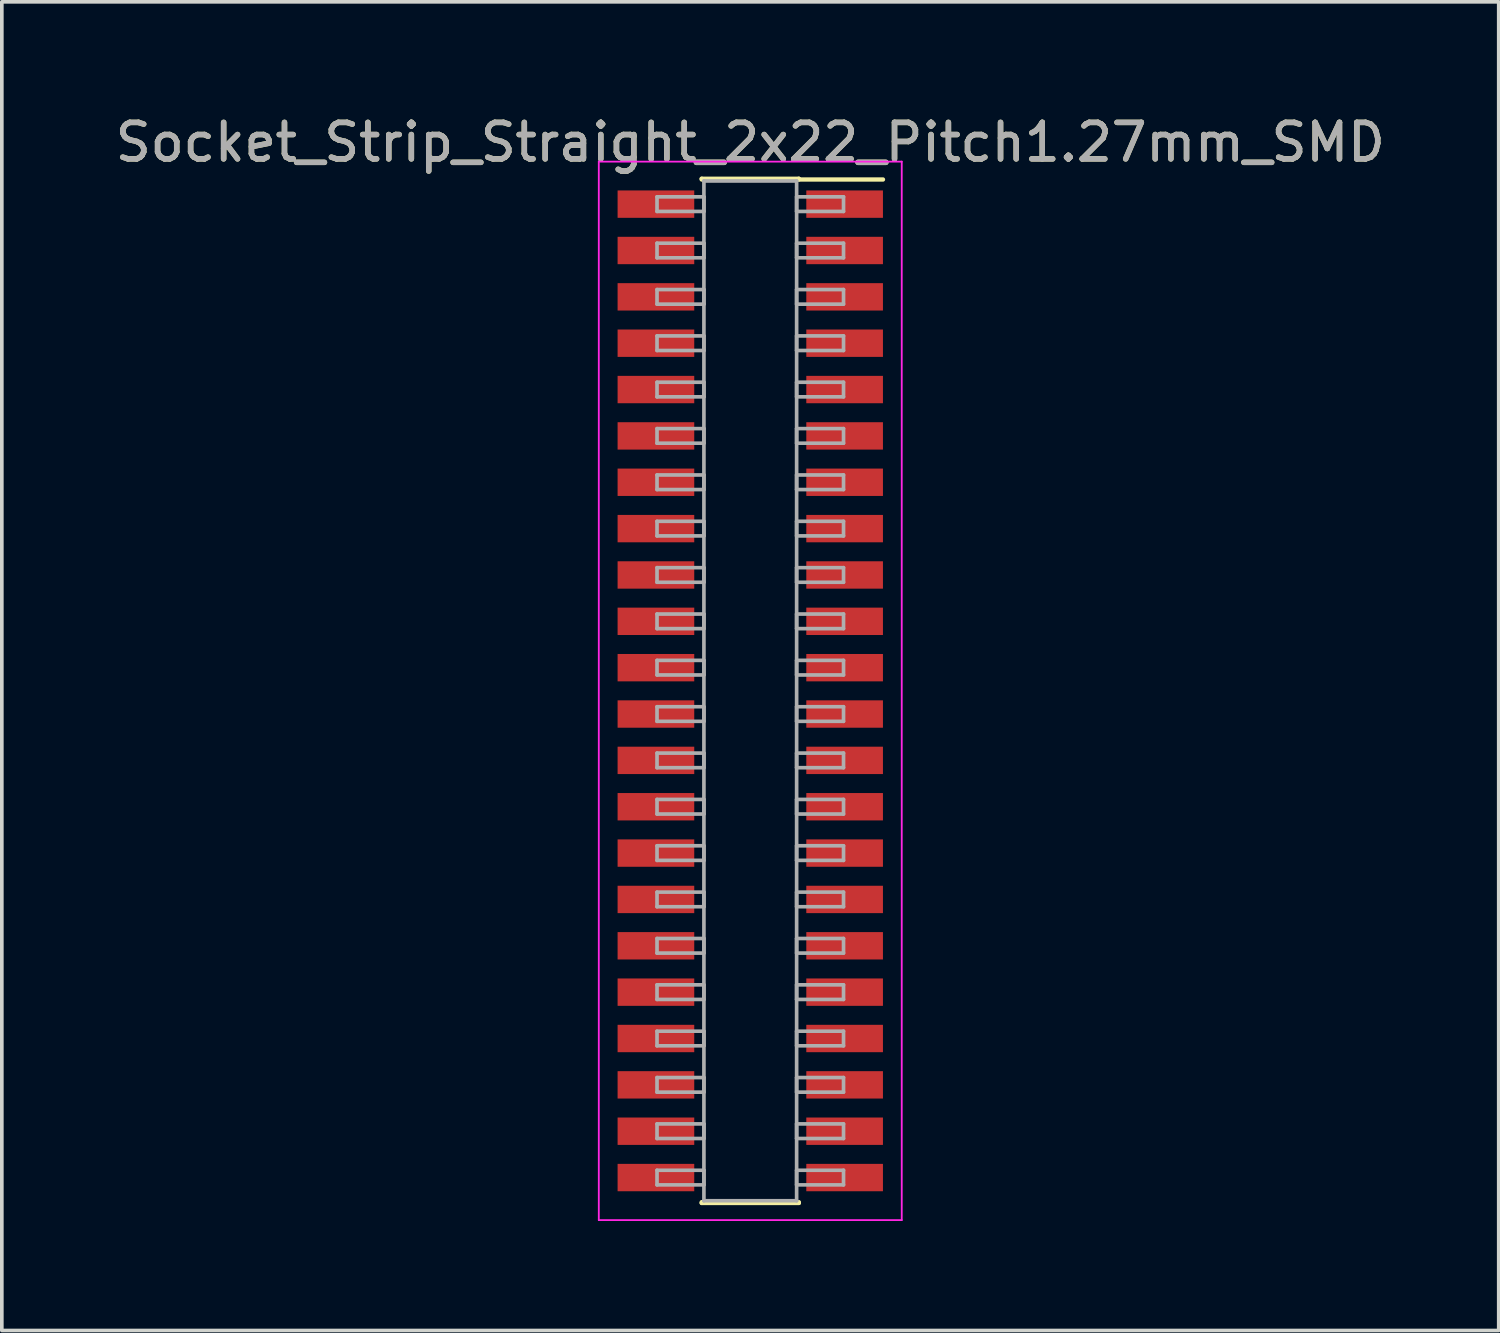
<source format=kicad_pcb>
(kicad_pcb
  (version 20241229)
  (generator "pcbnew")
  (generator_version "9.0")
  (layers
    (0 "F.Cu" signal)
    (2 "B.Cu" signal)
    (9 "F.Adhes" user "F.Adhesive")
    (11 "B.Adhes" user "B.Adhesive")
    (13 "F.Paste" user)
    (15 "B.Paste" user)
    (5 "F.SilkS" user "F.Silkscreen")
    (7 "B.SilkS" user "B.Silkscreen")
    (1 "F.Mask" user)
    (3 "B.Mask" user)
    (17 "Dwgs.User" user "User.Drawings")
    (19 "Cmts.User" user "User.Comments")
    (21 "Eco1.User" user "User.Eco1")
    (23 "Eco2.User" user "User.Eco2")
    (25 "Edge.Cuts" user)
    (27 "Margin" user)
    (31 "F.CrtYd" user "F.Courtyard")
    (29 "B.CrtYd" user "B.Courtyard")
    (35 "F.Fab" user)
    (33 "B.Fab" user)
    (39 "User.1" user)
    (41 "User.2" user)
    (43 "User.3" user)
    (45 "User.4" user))
  (footprint "Socket_Strip_Straight_2x22_Pitch1.27mm_SMD"
    (layer "F.Cu")
    (at 17.506 15.878)
    (property "Reference" "Socket_Strip_Straight_2x22_Pitch1.27mm_SMD" (at 0 -15.03 0) (layer "F.SilkS") (effects (font (size 1 1) (thickness 0.15))))
    (attr smd)
    (fp_line (start -1.33 -14.03) (end 1.33 -14.03) (stroke (width 0.12) (type solid)) (layer "F.SilkS"))
    (fp_line (start -1.33 -14.01) (end -1.33 -14.03) (stroke (width 0.12) (type solid)) (layer "F.SilkS"))
    (fp_line (start -1.33 14.01) (end -1.33 14.03) (stroke (width 0.12) (type solid)) (layer "F.SilkS"))
    (fp_line (start -1.33 14.03) (end 1.33 14.03) (stroke (width 0.12) (type solid)) (layer "F.SilkS"))
    (fp_line (start 1.33 -14.03) (end 1.33 -14.01) (stroke (width 0.12) (type solid)) (layer "F.SilkS"))
    (fp_line (start 1.33 14.03) (end 1.33 14.01) (stroke (width 0.12) (type solid)) (layer "F.SilkS"))
    (fp_line (start 3.635 -14.01) (end 1.33 -14.01) (stroke (width 0.12) (type solid)) (layer "F.SilkS"))
    (fp_line (start -4.15 -14.5) (end -4.15 14.5) (stroke (width 0.05) (type solid)) (layer "F.CrtYd"))
    (fp_line (start -4.15 14.5) (end 4.15 14.5) (stroke (width 0.05) (type solid)) (layer "F.CrtYd"))
    (fp_line (start 4.15 -14.5) (end -4.15 -14.5) (stroke (width 0.05) (type solid)) (layer "F.CrtYd"))
    (fp_line (start 4.15 14.5) (end 4.15 -14.5) (stroke (width 0.05) (type solid)) (layer "F.CrtYd"))
    (fp_line (start -2.555 -13.535) (end -1.27 -13.535) (stroke (width 0.1) (type solid)) (layer "F.Fab"))
    (fp_line (start -2.555 -13.135) (end -2.555 -13.535) (stroke (width 0.1) (type solid)) (layer "F.Fab"))
    (fp_line (start -2.555 -12.265) (end -1.27 -12.265) (stroke (width 0.1) (type solid)) (layer "F.Fab"))
    (fp_line (start -2.555 -11.865) (end -2.555 -12.265) (stroke (width 0.1) (type solid)) (layer "F.Fab"))
    (fp_line (start -2.555 -10.995) (end -1.27 -10.995) (stroke (width 0.1) (type solid)) (layer "F.Fab"))
    (fp_line (start -2.555 -10.595) (end -2.555 -10.995) (stroke (width 0.1) (type solid)) (layer "F.Fab"))
    (fp_line (start -2.555 -9.725) (end -1.27 -9.725) (stroke (width 0.1) (type solid)) (layer "F.Fab"))
    (fp_line (start -2.555 -9.325) (end -2.555 -9.725) (stroke (width 0.1) (type solid)) (layer "F.Fab"))
    (fp_line (start -2.555 -8.455) (end -1.27 -8.455) (stroke (width 0.1) (type solid)) (layer "F.Fab"))
    (fp_line (start -2.555 -8.055) (end -2.555 -8.455) (stroke (width 0.1) (type solid)) (layer "F.Fab"))
    (fp_line (start -2.555 -7.185) (end -1.27 -7.185) (stroke (width 0.1) (type solid)) (layer "F.Fab"))
    (fp_line (start -2.555 -6.785) (end -2.555 -7.185) (stroke (width 0.1) (type solid)) (layer "F.Fab"))
    (fp_line (start -2.555 -5.915) (end -1.27 -5.915) (stroke (width 0.1) (type solid)) (layer "F.Fab"))
    (fp_line (start -2.555 -5.515) (end -2.555 -5.915) (stroke (width 0.1) (type solid)) (layer "F.Fab"))
    (fp_line (start -2.555 -4.645) (end -1.27 -4.645) (stroke (width 0.1) (type solid)) (layer "F.Fab"))
    (fp_line (start -2.555 -4.245) (end -2.555 -4.645) (stroke (width 0.1) (type solid)) (layer "F.Fab"))
    (fp_line (start -2.555 -3.375) (end -1.27 -3.375) (stroke (width 0.1) (type solid)) (layer "F.Fab"))
    (fp_line (start -2.555 -2.975) (end -2.555 -3.375) (stroke (width 0.1) (type solid)) (layer "F.Fab"))
    (fp_line (start -2.555 -2.105) (end -1.27 -2.105) (stroke (width 0.1) (type solid)) (layer "F.Fab"))
    (fp_line (start -2.555 -1.705) (end -2.555 -2.105) (stroke (width 0.1) (type solid)) (layer "F.Fab"))
    (fp_line (start -2.555 -0.835) (end -1.27 -0.835) (stroke (width 0.1) (type solid)) (layer "F.Fab"))
    (fp_line (start -2.555 -0.435) (end -2.555 -0.835) (stroke (width 0.1) (type solid)) (layer "F.Fab"))
    (fp_line (start -2.555 0.435) (end -1.27 0.435) (stroke (width 0.1) (type solid)) (layer "F.Fab"))
    (fp_line (start -2.555 0.835) (end -2.555 0.435) (stroke (width 0.1) (type solid)) (layer "F.Fab"))
    (fp_line (start -2.555 1.705) (end -1.27 1.705) (stroke (width 0.1) (type solid)) (layer "F.Fab"))
    (fp_line (start -2.555 2.105) (end -2.555 1.705) (stroke (width 0.1) (type solid)) (layer "F.Fab"))
    (fp_line (start -2.555 2.975) (end -1.27 2.975) (stroke (width 0.1) (type solid)) (layer "F.Fab"))
    (fp_line (start -2.555 3.375) (end -2.555 2.975) (stroke (width 0.1) (type solid)) (layer "F.Fab"))
    (fp_line (start -2.555 4.245) (end -1.27 4.245) (stroke (width 0.1) (type solid)) (layer "F.Fab"))
    (fp_line (start -2.555 4.645) (end -2.555 4.245) (stroke (width 0.1) (type solid)) (layer "F.Fab"))
    (fp_line (start -2.555 5.515) (end -1.27 5.515) (stroke (width 0.1) (type solid)) (layer "F.Fab"))
    (fp_line (start -2.555 5.915) (end -2.555 5.515) (stroke (width 0.1) (type solid)) (layer "F.Fab"))
    (fp_line (start -2.555 6.785) (end -1.27 6.785) (stroke (width 0.1) (type solid)) (layer "F.Fab"))
    (fp_line (start -2.555 7.185) (end -2.555 6.785) (stroke (width 0.1) (type solid)) (layer "F.Fab"))
    (fp_line (start -2.555 8.055) (end -1.27 8.055) (stroke (width 0.1) (type solid)) (layer "F.Fab"))
    (fp_line (start -2.555 8.455) (end -2.555 8.055) (stroke (width 0.1) (type solid)) (layer "F.Fab"))
    (fp_line (start -2.555 9.325) (end -1.27 9.325) (stroke (width 0.1) (type solid)) (layer "F.Fab"))
    (fp_line (start -2.555 9.725) (end -2.555 9.325) (stroke (width 0.1) (type solid)) (layer "F.Fab"))
    (fp_line (start -2.555 10.595) (end -1.27 10.595) (stroke (width 0.1) (type solid)) (layer "F.Fab"))
    (fp_line (start -2.555 10.995) (end -2.555 10.595) (stroke (width 0.1) (type solid)) (layer "F.Fab"))
    (fp_line (start -2.555 11.865) (end -1.27 11.865) (stroke (width 0.1) (type solid)) (layer "F.Fab"))
    (fp_line (start -2.555 12.265) (end -2.555 11.865) (stroke (width 0.1) (type solid)) (layer "F.Fab"))
    (fp_line (start -2.555 13.135) (end -1.27 13.135) (stroke (width 0.1) (type solid)) (layer "F.Fab"))
    (fp_line (start -2.555 13.535) (end -2.555 13.135) (stroke (width 0.1) (type solid)) (layer "F.Fab"))
    (fp_line (start -1.27 -13.97) (end -1.27 13.97) (stroke (width 0.1) (type solid)) (layer "F.Fab"))
    (fp_line (start -1.27 -13.535) (end -1.27 -13.135) (stroke (width 0.1) (type solid)) (layer "F.Fab"))
    (fp_line (start -1.27 -13.135) (end -2.555 -13.135) (stroke (width 0.1) (type solid)) (layer "F.Fab"))
    (fp_line (start -1.27 -12.265) (end -1.27 -11.865) (stroke (width 0.1) (type solid)) (layer "F.Fab"))
    (fp_line (start -1.27 -11.865) (end -2.555 -11.865) (stroke (width 0.1) (type solid)) (layer "F.Fab"))
    (fp_line (start -1.27 -10.995) (end -1.27 -10.595) (stroke (width 0.1) (type solid)) (layer "F.Fab"))
    (fp_line (start -1.27 -10.595) (end -2.555 -10.595) (stroke (width 0.1) (type solid)) (layer "F.Fab"))
    (fp_line (start -1.27 -9.725) (end -1.27 -9.325) (stroke (width 0.1) (type solid)) (layer "F.Fab"))
    (fp_line (start -1.27 -9.325) (end -2.555 -9.325) (stroke (width 0.1) (type solid)) (layer "F.Fab"))
    (fp_line (start -1.27 -8.455) (end -1.27 -8.055) (stroke (width 0.1) (type solid)) (layer "F.Fab"))
    (fp_line (start -1.27 -8.055) (end -2.555 -8.055) (stroke (width 0.1) (type solid)) (layer "F.Fab"))
    (fp_line (start -1.27 -7.185) (end -1.27 -6.785) (stroke (width 0.1) (type solid)) (layer "F.Fab"))
    (fp_line (start -1.27 -6.785) (end -2.555 -6.785) (stroke (width 0.1) (type solid)) (layer "F.Fab"))
    (fp_line (start -1.27 -5.915) (end -1.27 -5.515) (stroke (width 0.1) (type solid)) (layer "F.Fab"))
    (fp_line (start -1.27 -5.515) (end -2.555 -5.515) (stroke (width 0.1) (type solid)) (layer "F.Fab"))
    (fp_line (start -1.27 -4.645) (end -1.27 -4.245) (stroke (width 0.1) (type solid)) (layer "F.Fab"))
    (fp_line (start -1.27 -4.245) (end -2.555 -4.245) (stroke (width 0.1) (type solid)) (layer "F.Fab"))
    (fp_line (start -1.27 -3.375) (end -1.27 -2.975) (stroke (width 0.1) (type solid)) (layer "F.Fab"))
    (fp_line (start -1.27 -2.975) (end -2.555 -2.975) (stroke (width 0.1) (type solid)) (layer "F.Fab"))
    (fp_line (start -1.27 -2.105) (end -1.27 -1.705) (stroke (width 0.1) (type solid)) (layer "F.Fab"))
    (fp_line (start -1.27 -1.705) (end -2.555 -1.705) (stroke (width 0.1) (type solid)) (layer "F.Fab"))
    (fp_line (start -1.27 -0.835) (end -1.27 -0.435) (stroke (width 0.1) (type solid)) (layer "F.Fab"))
    (fp_line (start -1.27 -0.435) (end -2.555 -0.435) (stroke (width 0.1) (type solid)) (layer "F.Fab"))
    (fp_line (start -1.27 0.435) (end -1.27 0.835) (stroke (width 0.1) (type solid)) (layer "F.Fab"))
    (fp_line (start -1.27 0.835) (end -2.555 0.835) (stroke (width 0.1) (type solid)) (layer "F.Fab"))
    (fp_line (start -1.27 1.705) (end -1.27 2.105) (stroke (width 0.1) (type solid)) (layer "F.Fab"))
    (fp_line (start -1.27 2.105) (end -2.555 2.105) (stroke (width 0.1) (type solid)) (layer "F.Fab"))
    (fp_line (start -1.27 2.975) (end -1.27 3.375) (stroke (width 0.1) (type solid)) (layer "F.Fab"))
    (fp_line (start -1.27 3.375) (end -2.555 3.375) (stroke (width 0.1) (type solid)) (layer "F.Fab"))
    (fp_line (start -1.27 4.245) (end -1.27 4.645) (stroke (width 0.1) (type solid)) (layer "F.Fab"))
    (fp_line (start -1.27 4.645) (end -2.555 4.645) (stroke (width 0.1) (type solid)) (layer "F.Fab"))
    (fp_line (start -1.27 5.515) (end -1.27 5.915) (stroke (width 0.1) (type solid)) (layer "F.Fab"))
    (fp_line (start -1.27 5.915) (end -2.555 5.915) (stroke (width 0.1) (type solid)) (layer "F.Fab"))
    (fp_line (start -1.27 6.785) (end -1.27 7.185) (stroke (width 0.1) (type solid)) (layer "F.Fab"))
    (fp_line (start -1.27 7.185) (end -2.555 7.185) (stroke (width 0.1) (type solid)) (layer "F.Fab"))
    (fp_line (start -1.27 8.055) (end -1.27 8.455) (stroke (width 0.1) (type solid)) (layer "F.Fab"))
    (fp_line (start -1.27 8.455) (end -2.555 8.455) (stroke (width 0.1) (type solid)) (layer "F.Fab"))
    (fp_line (start -1.27 9.325) (end -1.27 9.725) (stroke (width 0.1) (type solid)) (layer "F.Fab"))
    (fp_line (start -1.27 9.725) (end -2.555 9.725) (stroke (width 0.1) (type solid)) (layer "F.Fab"))
    (fp_line (start -1.27 10.595) (end -1.27 10.995) (stroke (width 0.1) (type solid)) (layer "F.Fab"))
    (fp_line (start -1.27 10.995) (end -2.555 10.995) (stroke (width 0.1) (type solid)) (layer "F.Fab"))
    (fp_line (start -1.27 11.865) (end -1.27 12.265) (stroke (width 0.1) (type solid)) (layer "F.Fab"))
    (fp_line (start -1.27 12.265) (end -2.555 12.265) (stroke (width 0.1) (type solid)) (layer "F.Fab"))
    (fp_line (start -1.27 13.135) (end -1.27 13.535) (stroke (width 0.1) (type solid)) (layer "F.Fab"))
    (fp_line (start -1.27 13.535) (end -2.555 13.535) (stroke (width 0.1) (type solid)) (layer "F.Fab"))
    (fp_line (start -1.27 13.97) (end 1.27 13.97) (stroke (width 0.1) (type solid)) (layer "F.Fab"))
    (fp_line (start 1.27 -13.97) (end -1.27 -13.97) (stroke (width 0.1) (type solid)) (layer "F.Fab"))
    (fp_line (start 1.27 -13.535) (end 1.27 -13.135) (stroke (width 0.1) (type solid)) (layer "F.Fab"))
    (fp_line (start 1.27 -13.135) (end 2.555 -13.135) (stroke (width 0.1) (type solid)) (layer "F.Fab"))
    (fp_line (start 1.27 -12.265) (end 1.27 -11.865) (stroke (width 0.1) (type solid)) (layer "F.Fab"))
    (fp_line (start 1.27 -11.865) (end 2.555 -11.865) (stroke (width 0.1) (type solid)) (layer "F.Fab"))
    (fp_line (start 1.27 -10.995) (end 1.27 -10.595) (stroke (width 0.1) (type solid)) (layer "F.Fab"))
    (fp_line (start 1.27 -10.595) (end 2.555 -10.595) (stroke (width 0.1) (type solid)) (layer "F.Fab"))
    (fp_line (start 1.27 -9.725) (end 1.27 -9.325) (stroke (width 0.1) (type solid)) (layer "F.Fab"))
    (fp_line (start 1.27 -9.325) (end 2.555 -9.325) (stroke (width 0.1) (type solid)) (layer "F.Fab"))
    (fp_line (start 1.27 -8.455) (end 1.27 -8.055) (stroke (width 0.1) (type solid)) (layer "F.Fab"))
    (fp_line (start 1.27 -8.055) (end 2.555 -8.055) (stroke (width 0.1) (type solid)) (layer "F.Fab"))
    (fp_line (start 1.27 -7.185) (end 1.27 -6.785) (stroke (width 0.1) (type solid)) (layer "F.Fab"))
    (fp_line (start 1.27 -6.785) (end 2.555 -6.785) (stroke (width 0.1) (type solid)) (layer "F.Fab"))
    (fp_line (start 1.27 -5.915) (end 1.27 -5.515) (stroke (width 0.1) (type solid)) (layer "F.Fab"))
    (fp_line (start 1.27 -5.515) (end 2.555 -5.515) (stroke (width 0.1) (type solid)) (layer "F.Fab"))
    (fp_line (start 1.27 -4.645) (end 1.27 -4.245) (stroke (width 0.1) (type solid)) (layer "F.Fab"))
    (fp_line (start 1.27 -4.245) (end 2.555 -4.245) (stroke (width 0.1) (type solid)) (layer "F.Fab"))
    (fp_line (start 1.27 -3.375) (end 1.27 -2.975) (stroke (width 0.1) (type solid)) (layer "F.Fab"))
    (fp_line (start 1.27 -2.975) (end 2.555 -2.975) (stroke (width 0.1) (type solid)) (layer "F.Fab"))
    (fp_line (start 1.27 -2.105) (end 1.27 -1.705) (stroke (width 0.1) (type solid)) (layer "F.Fab"))
    (fp_line (start 1.27 -1.705) (end 2.555 -1.705) (stroke (width 0.1) (type solid)) (layer "F.Fab"))
    (fp_line (start 1.27 -0.835) (end 1.27 -0.435) (stroke (width 0.1) (type solid)) (layer "F.Fab"))
    (fp_line (start 1.27 -0.435) (end 2.555 -0.435) (stroke (width 0.1) (type solid)) (layer "F.Fab"))
    (fp_line (start 1.27 0.435) (end 1.27 0.835) (stroke (width 0.1) (type solid)) (layer "F.Fab"))
    (fp_line (start 1.27 0.835) (end 2.555 0.835) (stroke (width 0.1) (type solid)) (layer "F.Fab"))
    (fp_line (start 1.27 1.705) (end 1.27 2.105) (stroke (width 0.1) (type solid)) (layer "F.Fab"))
    (fp_line (start 1.27 2.105) (end 2.555 2.105) (stroke (width 0.1) (type solid)) (layer "F.Fab"))
    (fp_line (start 1.27 2.975) (end 1.27 3.375) (stroke (width 0.1) (type solid)) (layer "F.Fab"))
    (fp_line (start 1.27 3.375) (end 2.555 3.375) (stroke (width 0.1) (type solid)) (layer "F.Fab"))
    (fp_line (start 1.27 4.245) (end 1.27 4.645) (stroke (width 0.1) (type solid)) (layer "F.Fab"))
    (fp_line (start 1.27 4.645) (end 2.555 4.645) (stroke (width 0.1) (type solid)) (layer "F.Fab"))
    (fp_line (start 1.27 5.515) (end 1.27 5.915) (stroke (width 0.1) (type solid)) (layer "F.Fab"))
    (fp_line (start 1.27 5.915) (end 2.555 5.915) (stroke (width 0.1) (type solid)) (layer "F.Fab"))
    (fp_line (start 1.27 6.785) (end 1.27 7.185) (stroke (width 0.1) (type solid)) (layer "F.Fab"))
    (fp_line (start 1.27 7.185) (end 2.555 7.185) (stroke (width 0.1) (type solid)) (layer "F.Fab"))
    (fp_line (start 1.27 8.055) (end 1.27 8.455) (stroke (width 0.1) (type solid)) (layer "F.Fab"))
    (fp_line (start 1.27 8.455) (end 2.555 8.455) (stroke (width 0.1) (type solid)) (layer "F.Fab"))
    (fp_line (start 1.27 9.325) (end 1.27 9.725) (stroke (width 0.1) (type solid)) (layer "F.Fab"))
    (fp_line (start 1.27 9.725) (end 2.555 9.725) (stroke (width 0.1) (type solid)) (layer "F.Fab"))
    (fp_line (start 1.27 10.595) (end 1.27 10.995) (stroke (width 0.1) (type solid)) (layer "F.Fab"))
    (fp_line (start 1.27 10.995) (end 2.555 10.995) (stroke (width 0.1) (type solid)) (layer "F.Fab"))
    (fp_line (start 1.27 11.865) (end 1.27 12.265) (stroke (width 0.1) (type solid)) (layer "F.Fab"))
    (fp_line (start 1.27 12.265) (end 2.555 12.265) (stroke (width 0.1) (type solid)) (layer "F.Fab"))
    (fp_line (start 1.27 13.135) (end 1.27 13.535) (stroke (width 0.1) (type solid)) (layer "F.Fab"))
    (fp_line (start 1.27 13.535) (end 2.555 13.535) (stroke (width 0.1) (type solid)) (layer "F.Fab"))
    (fp_line (start 1.27 13.97) (end 1.27 -13.97) (stroke (width 0.1) (type solid)) (layer "F.Fab"))
    (fp_line (start 2.555 -13.535) (end 1.27 -13.535) (stroke (width 0.1) (type solid)) (layer "F.Fab"))
    (fp_line (start 2.555 -13.135) (end 2.555 -13.535) (stroke (width 0.1) (type solid)) (layer "F.Fab"))
    (fp_line (start 2.555 -12.265) (end 1.27 -12.265) (stroke (width 0.1) (type solid)) (layer "F.Fab"))
    (fp_line (start 2.555 -11.865) (end 2.555 -12.265) (stroke (width 0.1) (type solid)) (layer "F.Fab"))
    (fp_line (start 2.555 -10.995) (end 1.27 -10.995) (stroke (width 0.1) (type solid)) (layer "F.Fab"))
    (fp_line (start 2.555 -10.595) (end 2.555 -10.995) (stroke (width 0.1) (type solid)) (layer "F.Fab"))
    (fp_line (start 2.555 -9.725) (end 1.27 -9.725) (stroke (width 0.1) (type solid)) (layer "F.Fab"))
    (fp_line (start 2.555 -9.325) (end 2.555 -9.725) (stroke (width 0.1) (type solid)) (layer "F.Fab"))
    (fp_line (start 2.555 -8.455) (end 1.27 -8.455) (stroke (width 0.1) (type solid)) (layer "F.Fab"))
    (fp_line (start 2.555 -8.055) (end 2.555 -8.455) (stroke (width 0.1) (type solid)) (layer "F.Fab"))
    (fp_line (start 2.555 -7.185) (end 1.27 -7.185) (stroke (width 0.1) (type solid)) (layer "F.Fab"))
    (fp_line (start 2.555 -6.785) (end 2.555 -7.185) (stroke (width 0.1) (type solid)) (layer "F.Fab"))
    (fp_line (start 2.555 -5.915) (end 1.27 -5.915) (stroke (width 0.1) (type solid)) (layer "F.Fab"))
    (fp_line (start 2.555 -5.515) (end 2.555 -5.915) (stroke (width 0.1) (type solid)) (layer "F.Fab"))
    (fp_line (start 2.555 -4.645) (end 1.27 -4.645) (stroke (width 0.1) (type solid)) (layer "F.Fab"))
    (fp_line (start 2.555 -4.245) (end 2.555 -4.645) (stroke (width 0.1) (type solid)) (layer "F.Fab"))
    (fp_line (start 2.555 -3.375) (end 1.27 -3.375) (stroke (width 0.1) (type solid)) (layer "F.Fab"))
    (fp_line (start 2.555 -2.975) (end 2.555 -3.375) (stroke (width 0.1) (type solid)) (layer "F.Fab"))
    (fp_line (start 2.555 -2.105) (end 1.27 -2.105) (stroke (width 0.1) (type solid)) (layer "F.Fab"))
    (fp_line (start 2.555 -1.705) (end 2.555 -2.105) (stroke (width 0.1) (type solid)) (layer "F.Fab"))
    (fp_line (start 2.555 -0.835) (end 1.27 -0.835) (stroke (width 0.1) (type solid)) (layer "F.Fab"))
    (fp_line (start 2.555 -0.435) (end 2.555 -0.835) (stroke (width 0.1) (type solid)) (layer "F.Fab"))
    (fp_line (start 2.555 0.435) (end 1.27 0.435) (stroke (width 0.1) (type solid)) (layer "F.Fab"))
    (fp_line (start 2.555 0.835) (end 2.555 0.435) (stroke (width 0.1) (type solid)) (layer "F.Fab"))
    (fp_line (start 2.555 1.705) (end 1.27 1.705) (stroke (width 0.1) (type solid)) (layer "F.Fab"))
    (fp_line (start 2.555 2.105) (end 2.555 1.705) (stroke (width 0.1) (type solid)) (layer "F.Fab"))
    (fp_line (start 2.555 2.975) (end 1.27 2.975) (stroke (width 0.1) (type solid)) (layer "F.Fab"))
    (fp_line (start 2.555 3.375) (end 2.555 2.975) (stroke (width 0.1) (type solid)) (layer "F.Fab"))
    (fp_line (start 2.555 4.245) (end 1.27 4.245) (stroke (width 0.1) (type solid)) (layer "F.Fab"))
    (fp_line (start 2.555 4.645) (end 2.555 4.245) (stroke (width 0.1) (type solid)) (layer "F.Fab"))
    (fp_line (start 2.555 5.515) (end 1.27 5.515) (stroke (width 0.1) (type solid)) (layer "F.Fab"))
    (fp_line (start 2.555 5.915) (end 2.555 5.515) (stroke (width 0.1) (type solid)) (layer "F.Fab"))
    (fp_line (start 2.555 6.785) (end 1.27 6.785) (stroke (width 0.1) (type solid)) (layer "F.Fab"))
    (fp_line (start 2.555 7.185) (end 2.555 6.785) (stroke (width 0.1) (type solid)) (layer "F.Fab"))
    (fp_line (start 2.555 8.055) (end 1.27 8.055) (stroke (width 0.1) (type solid)) (layer "F.Fab"))
    (fp_line (start 2.555 8.455) (end 2.555 8.055) (stroke (width 0.1) (type solid)) (layer "F.Fab"))
    (fp_line (start 2.555 9.325) (end 1.27 9.325) (stroke (width 0.1) (type solid)) (layer "F.Fab"))
    (fp_line (start 2.555 9.725) (end 2.555 9.325) (stroke (width 0.1) (type solid)) (layer "F.Fab"))
    (fp_line (start 2.555 10.595) (end 1.27 10.595) (stroke (width 0.1) (type solid)) (layer "F.Fab"))
    (fp_line (start 2.555 10.995) (end 2.555 10.595) (stroke (width 0.1) (type solid)) (layer "F.Fab"))
    (fp_line (start 2.555 11.865) (end 1.27 11.865) (stroke (width 0.1) (type solid)) (layer "F.Fab"))
    (fp_line (start 2.555 12.265) (end 2.555 11.865) (stroke (width 0.1) (type solid)) (layer "F.Fab"))
    (fp_line (start 2.555 13.135) (end 1.27 13.135) (stroke (width 0.1) (type solid)) (layer "F.Fab"))
    (fp_line (start 2.555 13.535) (end 2.555 13.135) (stroke (width 0.1) (type solid)) (layer "F.Fab"))
    (fp_text user "${REFERENCE}" (at 0 -15.03 0) (layer "F.Fab") (effects (font (size 1 1) (thickness 0.15))))
    (pad "1" smd rect (at 2.585 -13.335) (size 2.1 0.75) (layers "F.Cu" "F.Mask" "F.Paste"))
    (pad "2" smd rect (at -2.585 -13.335) (size 2.1 0.75) (layers "F.Cu" "F.Mask" "F.Paste"))
    (pad "3" smd rect (at 2.585 -12.065) (size 2.1 0.75) (layers "F.Cu" "F.Mask" "F.Paste"))
    (pad "4" smd rect (at -2.585 -12.065) (size 2.1 0.75) (layers "F.Cu" "F.Mask" "F.Paste"))
    (pad "5" smd rect (at 2.585 -10.795) (size 2.1 0.75) (layers "F.Cu" "F.Mask" "F.Paste"))
    (pad "6" smd rect (at -2.585 -10.795) (size 2.1 0.75) (layers "F.Cu" "F.Mask" "F.Paste"))
    (pad "7" smd rect (at 2.585 -9.525) (size 2.1 0.75) (layers "F.Cu" "F.Mask" "F.Paste"))
    (pad "8" smd rect (at -2.585 -9.525) (size 2.1 0.75) (layers "F.Cu" "F.Mask" "F.Paste"))
    (pad "9" smd rect (at 2.585 -8.255) (size 2.1 0.75) (layers "F.Cu" "F.Mask" "F.Paste"))
    (pad "10" smd rect (at -2.585 -8.255) (size 2.1 0.75) (layers "F.Cu" "F.Mask" "F.Paste"))
    (pad "11" smd rect (at 2.585 -6.985) (size 2.1 0.75) (layers "F.Cu" "F.Mask" "F.Paste"))
    (pad "12" smd rect (at -2.585 -6.985) (size 2.1 0.75) (layers "F.Cu" "F.Mask" "F.Paste"))
    (pad "13" smd rect (at 2.585 -5.715) (size 2.1 0.75) (layers "F.Cu" "F.Mask" "F.Paste"))
    (pad "14" smd rect (at -2.585 -5.715) (size 2.1 0.75) (layers "F.Cu" "F.Mask" "F.Paste"))
    (pad "15" smd rect (at 2.585 -4.445) (size 2.1 0.75) (layers "F.Cu" "F.Mask" "F.Paste"))
    (pad "16" smd rect (at -2.585 -4.445) (size 2.1 0.75) (layers "F.Cu" "F.Mask" "F.Paste"))
    (pad "17" smd rect (at 2.585 -3.175) (size 2.1 0.75) (layers "F.Cu" "F.Mask" "F.Paste"))
    (pad "18" smd rect (at -2.585 -3.175) (size 2.1 0.75) (layers "F.Cu" "F.Mask" "F.Paste"))
    (pad "19" smd rect (at 2.585 -1.905) (size 2.1 0.75) (layers "F.Cu" "F.Mask" "F.Paste"))
    (pad "20" smd rect (at -2.585 -1.905) (size 2.1 0.75) (layers "F.Cu" "F.Mask" "F.Paste"))
    (pad "21" smd rect (at 2.585 -0.635) (size 2.1 0.75) (layers "F.Cu" "F.Mask" "F.Paste"))
    (pad "22" smd rect (at -2.585 -0.635) (size 2.1 0.75) (layers "F.Cu" "F.Mask" "F.Paste"))
    (pad "23" smd rect (at 2.585 0.635) (size 2.1 0.75) (layers "F.Cu" "F.Mask" "F.Paste"))
    (pad "24" smd rect (at -2.585 0.635) (size 2.1 0.75) (layers "F.Cu" "F.Mask" "F.Paste"))
    (pad "25" smd rect (at 2.585 1.905) (size 2.1 0.75) (layers "F.Cu" "F.Mask" "F.Paste"))
    (pad "26" smd rect (at -2.585 1.905) (size 2.1 0.75) (layers "F.Cu" "F.Mask" "F.Paste"))
    (pad "27" smd rect (at 2.585 3.175) (size 2.1 0.75) (layers "F.Cu" "F.Mask" "F.Paste"))
    (pad "28" smd rect (at -2.585 3.175) (size 2.1 0.75) (layers "F.Cu" "F.Mask" "F.Paste"))
    (pad "29" smd rect (at 2.585 4.445) (size 2.1 0.75) (layers "F.Cu" "F.Mask" "F.Paste"))
    (pad "30" smd rect (at -2.585 4.445) (size 2.1 0.75) (layers "F.Cu" "F.Mask" "F.Paste"))
    (pad "31" smd rect (at 2.585 5.715) (size 2.1 0.75) (layers "F.Cu" "F.Mask" "F.Paste"))
    (pad "32" smd rect (at -2.585 5.715) (size 2.1 0.75) (layers "F.Cu" "F.Mask" "F.Paste"))
    (pad "33" smd rect (at 2.585 6.985) (size 2.1 0.75) (layers "F.Cu" "F.Mask" "F.Paste"))
    (pad "34" smd rect (at -2.585 6.985) (size 2.1 0.75) (layers "F.Cu" "F.Mask" "F.Paste"))
    (pad "35" smd rect (at 2.585 8.255) (size 2.1 0.75) (layers "F.Cu" "F.Mask" "F.Paste"))
    (pad "36" smd rect (at -2.585 8.255) (size 2.1 0.75) (layers "F.Cu" "F.Mask" "F.Paste"))
    (pad "37" smd rect (at 2.585 9.525) (size 2.1 0.75) (layers "F.Cu" "F.Mask" "F.Paste"))
    (pad "38" smd rect (at -2.585 9.525) (size 2.1 0.75) (layers "F.Cu" "F.Mask" "F.Paste"))
    (pad "39" smd rect (at 2.585 10.795) (size 2.1 0.75) (layers "F.Cu" "F.Mask" "F.Paste"))
    (pad "40" smd rect (at -2.585 10.795) (size 2.1 0.75) (layers "F.Cu" "F.Mask" "F.Paste"))
    (pad "41" smd rect (at 2.585 12.065) (size 2.1 0.75) (layers "F.Cu" "F.Mask" "F.Paste"))
    (pad "42" smd rect (at -2.585 12.065) (size 2.1 0.75) (layers "F.Cu" "F.Mask" "F.Paste"))
    (pad "43" smd rect (at 2.585 13.335) (size 2.1 0.75) (layers "F.Cu" "F.Mask" "F.Paste"))
    (pad "44" smd rect (at -2.585 13.335) (size 2.1 0.75) (layers "F.Cu" "F.Mask" "F.Paste")))
  (gr_rect
    (start -3 -3)
    (end 38.012 33.403)
    (stroke (width 0.1) (type default))
    (fill no)
    (layer "Edge.Cuts")))
</source>
